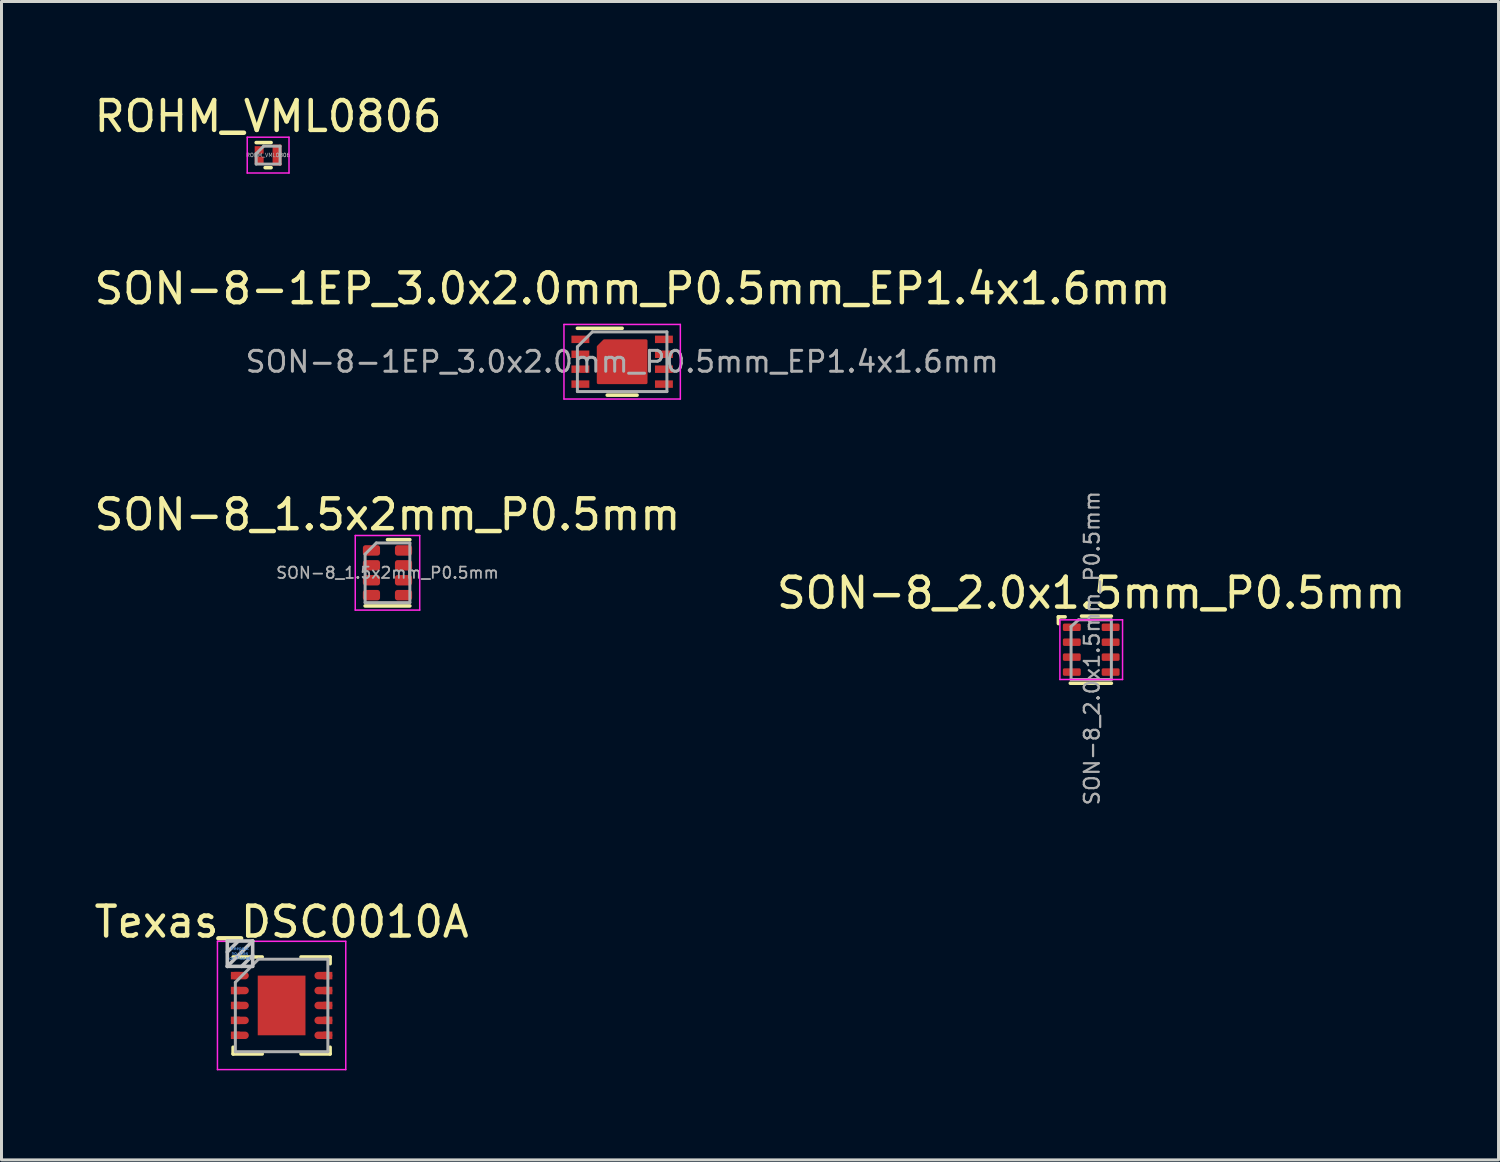
<source format=kicad_pcb>
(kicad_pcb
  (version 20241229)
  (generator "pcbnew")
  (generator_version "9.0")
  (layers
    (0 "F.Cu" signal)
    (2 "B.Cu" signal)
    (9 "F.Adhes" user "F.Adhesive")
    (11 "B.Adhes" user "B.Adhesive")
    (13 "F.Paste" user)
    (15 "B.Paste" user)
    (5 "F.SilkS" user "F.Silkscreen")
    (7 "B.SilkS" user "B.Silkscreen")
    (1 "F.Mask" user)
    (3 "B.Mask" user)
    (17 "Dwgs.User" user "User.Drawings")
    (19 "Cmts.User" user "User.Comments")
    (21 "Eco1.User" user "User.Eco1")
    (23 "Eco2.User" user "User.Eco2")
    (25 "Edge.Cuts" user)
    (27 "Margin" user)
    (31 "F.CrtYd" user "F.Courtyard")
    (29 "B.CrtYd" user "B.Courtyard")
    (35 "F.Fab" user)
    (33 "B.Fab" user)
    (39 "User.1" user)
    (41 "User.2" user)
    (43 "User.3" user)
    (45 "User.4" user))
  (footprint "Texas_DSC0010A"
    (layer "F.Cu")
    (at 6.387 30.644)
    (property "Reference" "Texas_DSC0010A" (at 0 -2.8 0) (layer "F.SilkS") (effects (font (size 1 1) (thickness 0.15))))
    (attr smd)
    (fp_line (start -1.625 -1.625) (end -0.65 -1.625) (stroke (width 0.12) (type solid)) (layer "F.SilkS"))
    (fp_line (start -1.625 1.625) (end -1.625 1.4) (stroke (width 0.12) (type solid)) (layer "F.SilkS"))
    (fp_line (start -1.625 1.625) (end -0.65 1.625) (stroke (width 0.12) (type solid)) (layer "F.SilkS"))
    (fp_line (start 0.65 -1.625) (end 1.625 -1.625) (stroke (width 0.12) (type solid)) (layer "F.SilkS"))
    (fp_line (start 0.65 1.625) (end 1.625 1.625) (stroke (width 0.12) (type solid)) (layer "F.SilkS"))
    (fp_line (start 1.625 -1.4) (end 1.625 -1.625) (stroke (width 0.12) (type solid)) (layer "F.SilkS"))
    (fp_line (start 1.625 1.4) (end 1.625 1.625) (stroke (width 0.12) (type solid)) (layer "F.SilkS"))
    (fp_line (start -1.82 -2.16) (end -1.82 -1.31) (stroke (width 0.12) (type solid)) (layer "Dwgs.User"))
    (fp_line (start -1.82 -1.79) (end -1.45 -2.16) (stroke (width 0.12) (type solid)) (layer "Dwgs.User"))
    (fp_line (start -1.82 -1.31) (end -0.97 -2.16) (stroke (width 0.12) (type solid)) (layer "Dwgs.User"))
    (fp_line (start -1.82 -1.31) (end -0.97 -1.31) (stroke (width 0.12) (type solid)) (layer "Dwgs.User"))
    (fp_line (start -1.34 -1.31) (end -0.97 -1.68) (stroke (width 0.12) (type solid)) (layer "Dwgs.User"))
    (fp_line (start -0.97 -2.16) (end -1.82 -2.16) (stroke (width 0.12) (type solid)) (layer "Dwgs.User"))
    (fp_line (start -0.97 -1.31) (end -0.97 -2.16) (stroke (width 0.12) (type solid)) (layer "Dwgs.User"))
    (fp_line (start -2.15 -2.15) (end -2.15 2.15) (stroke (width 0.05) (type solid)) (layer "F.CrtYd"))
    (fp_line (start -2.15 -2.15) (end 2.15 -2.15) (stroke (width 0.05) (type solid)) (layer "F.CrtYd"))
    (fp_line (start -2.15 2.15) (end 2.15 2.15) (stroke (width 0.05) (type solid)) (layer "F.CrtYd"))
    (fp_line (start 2.15 -2.15) (end 2.15 2.15) (stroke (width 0.05) (type solid)) (layer "F.CrtYd"))
    (fp_line (start -1.55 1.55) (end -1.55 -0.775) (stroke (width 0.1) (type solid)) (layer "F.Fab"))
    (fp_line (start -0.775 -1.55) (end -1.55 -0.775) (stroke (width 0.1) (type solid)) (layer "F.Fab"))
    (fp_line (start -0.775 -1.55) (end 1.55 -1.55) (stroke (width 0.1) (type solid)) (layer "F.Fab"))
    (fp_line (start 1.55 -1.55) (end 1.55 1.55) (stroke (width 0.1) (type solid)) (layer "F.Fab"))
    (fp_line (start 1.55 1.55) (end -1.55 1.55) (stroke (width 0.1) (type solid)) (layer "F.Fab"))
    (fp_text user "no Vias" (at -1.4 -1.745 0) (layer "Cmts.User") (effects (font (size 0.1 0.1) (thickness 0.015))))
    (fp_text user "or Traces" (at -1.4 -1.58 0) (layer "Cmts.User") (effects (font (size 0.1 0.1) (thickness 0.015))))
    (fp_text user "Keepout" (at -1.4 -1.91 0) (layer "Cmts.User") (effects (font (size 0.1 0.1) (thickness 0.015))))
    (pad "" smd rect (at -1.55 -1) (size 0.3 0.25) (layers "F.Cu" "F.Mask" "F.Paste"))
    (pad "" smd rect (at -1.55 -0.5) (size 0.3 0.25) (layers "F.Cu" "F.Mask" "F.Paste"))
    (pad "" smd rect (at -1.55 0) (size 0.3 0.25) (layers "F.Cu" "F.Mask" "F.Paste"))
    (pad "" smd rect (at -1.55 0.5) (size 0.3 0.25) (layers "F.Cu" "F.Mask" "F.Paste"))
    (pad "" smd rect (at -1.55 1) (size 0.3 0.25) (layers "F.Cu" "F.Mask" "F.Paste"))
    (pad "" smd rect (at 1.55 -1) (size 0.3 0.25) (layers "F.Cu" "F.Mask" "F.Paste"))
    (pad "" smd rect (at 1.55 -0.5) (size 0.3 0.25) (layers "F.Cu" "F.Mask" "F.Paste"))
    (pad "" smd rect (at 1.55 0) (size 0.3 0.25) (layers "F.Cu" "F.Mask" "F.Paste"))
    (pad "" smd rect (at 1.55 0.5) (size 0.3 0.25) (layers "F.Cu" "F.Mask" "F.Paste"))
    (pad "" smd rect (at 1.55 1) (size 0.3 0.25) (layers "F.Cu" "F.Mask" "F.Paste"))
    (pad "1" smd oval (at -1.4 -1) (size 0.6 0.25) (layers "F.Cu" "F.Mask" "F.Paste"))
    (pad "2" smd oval (at -1.4 -0.5) (size 0.6 0.25) (layers "F.Cu" "F.Mask" "F.Paste"))
    (pad "3" smd oval (at -1.4 0) (size 0.6 0.25) (layers "F.Cu" "F.Mask" "F.Paste"))
    (pad "4" smd oval (at -1.4 0.5) (size 0.6 0.25) (layers "F.Cu" "F.Mask" "F.Paste"))
    (pad "5" smd oval (at -1.4 1) (size 0.6 0.25) (layers "F.Cu" "F.Mask" "F.Paste"))
    (pad "6" smd oval (at 1.4 1) (size 0.6 0.25) (layers "F.Cu" "F.Mask" "F.Paste"))
    (pad "7" smd oval (at 1.4 0.5) (size 0.6 0.25) (layers "F.Cu" "F.Mask" "F.Paste"))
    (pad "8" smd oval (at 1.4 0) (size 0.6 0.25) (layers "F.Cu" "F.Mask" "F.Paste"))
    (pad "9" smd oval (at 1.4 -0.5) (size 0.6 0.25) (layers "F.Cu" "F.Mask" "F.Paste"))
    (pad "10" smd oval (at 1.4 -1) (size 0.6 0.25) (layers "F.Cu" "F.Mask" "F.Paste"))
    (pad "11" smd rect (at 0 0) (size 1.6 2) (layers "F.Cu" "F.Mask" "F.Paste")))
  (footprint "SON-8_1.5x2mm_P0.5mm"
    (layer "F.Cu")
    (at 9.935 16.145)
    (property "Reference" "SON-8_1.5x2mm_P0.5mm" (at 0 -1.95 0) (layer "F.SilkS") (effects (font (size 1 1) (thickness 0.15))))
    (attr smd)
    (fp_line (start -0.75 1.11) (end 0.75 1.11) (stroke (width 0.12) (type solid)) (layer "F.SilkS"))
    (fp_line (start 0 -1.11) (end 0.75 -1.11) (stroke (width 0.12) (type solid)) (layer "F.SilkS"))
    (fp_line (start -1.08 -1.25) (end -1.08 1.25) (stroke (width 0.05) (type solid)) (layer "F.CrtYd"))
    (fp_line (start -1.08 1.25) (end 1.08 1.25) (stroke (width 0.05) (type solid)) (layer "F.CrtYd"))
    (fp_line (start 1.08 -1.25) (end -1.08 -1.25) (stroke (width 0.05) (type solid)) (layer "F.CrtYd"))
    (fp_line (start 1.08 1.25) (end 1.08 -1.25) (stroke (width 0.05) (type solid)) (layer "F.CrtYd"))
    (fp_line (start -0.75 -0.625) (end -0.375 -1) (stroke (width 0.1) (type solid)) (layer "F.Fab"))
    (fp_line (start -0.75 1) (end -0.75 -0.625) (stroke (width 0.1) (type solid)) (layer "F.Fab"))
    (fp_line (start -0.375 -1) (end 0.75 -1) (stroke (width 0.1) (type solid)) (layer "F.Fab"))
    (fp_line (start 0.75 -1) (end 0.75 1) (stroke (width 0.1) (type solid)) (layer "F.Fab"))
    (fp_line (start 0.75 1) (end -0.75 1) (stroke (width 0.1) (type solid)) (layer "F.Fab"))
    (fp_text user "${REFERENCE}" (at 0 0 0) (layer "F.Fab") (effects (font (size 0.38 0.38) (thickness 0.06))))
    (pad "1" smd roundrect (at -0.537 -0.75) (size 0.575 0.35) (layers "F.Cu" "F.Mask" "F.Paste") (roundrect_rratio 0.25))
    (pad "2" smd roundrect (at -0.537 -0.25) (size 0.575 0.35) (layers "F.Cu" "F.Mask" "F.Paste") (roundrect_rratio 0.25))
    (pad "3" smd roundrect (at -0.537 0.25) (size 0.575 0.35) (layers "F.Cu" "F.Mask" "F.Paste") (roundrect_rratio 0.25))
    (pad "4" smd roundrect (at -0.537 0.75) (size 0.575 0.35) (layers "F.Cu" "F.Mask" "F.Paste") (roundrect_rratio 0.25))
    (pad "5" smd roundrect (at 0.537 0.75) (size 0.575 0.35) (layers "F.Cu" "F.Mask" "F.Paste") (roundrect_rratio 0.25))
    (pad "6" smd roundrect (at 0.537 0.25) (size 0.575 0.35) (layers "F.Cu" "F.Mask" "F.Paste") (roundrect_rratio 0.25))
    (pad "7" smd roundrect (at 0.537 -0.25) (size 0.575 0.35) (layers "F.Cu" "F.Mask" "F.Paste") (roundrect_rratio 0.25))
    (pad "8" smd roundrect (at 0.537 -0.75) (size 0.575 0.35) (layers "F.Cu" "F.Mask" "F.Paste") (roundrect_rratio 0.25)))
  (footprint "SON-8_2.0x1.5mm_P0.5mm"
    (layer "F.Cu")
    (at 33.518 18.721)
    (property "Reference" "SON-8_2.0x1.5mm_P0.5mm" (at 0 -1.9 0) (layer "F.SilkS") (effects (font (size 1 1) (thickness 0.15))))
    (attr smd)
    (fp_line (start -1.1 -1.1) (end -0.875 -1.1) (stroke (width 0.12) (type solid)) (layer "F.SilkS"))
    (fp_line (start -1.1 -0.875) (end -1.1 -1.1) (stroke (width 0.12) (type solid)) (layer "F.SilkS"))
    (fp_line (start -0.7 1.125) (end 0.675 1.125) (stroke (width 0.12) (type solid)) (layer "F.SilkS"))
    (fp_line (start 0.675 -1.125) (end -0.325 -1.125) (stroke (width 0.12) (type solid)) (layer "F.SilkS"))
    (fp_line (start -1.05 -1) (end 1.05 -1) (stroke (width 0.05) (type solid)) (layer "F.CrtYd"))
    (fp_line (start -1.05 1) (end -1.05 -1) (stroke (width 0.05) (type solid)) (layer "F.CrtYd"))
    (fp_line (start 1.05 -1) (end 1.05 1) (stroke (width 0.05) (type solid)) (layer "F.CrtYd"))
    (fp_line (start 1.05 1) (end -1.05 1) (stroke (width 0.05) (type solid)) (layer "F.CrtYd"))
    (fp_line (start -0.675 -0.775) (end -0.425 -1) (stroke (width 0.1) (type solid)) (layer "F.Fab"))
    (fp_line (start -0.675 1) (end -0.675 -0.775) (stroke (width 0.1) (type solid)) (layer "F.Fab"))
    (fp_line (start -0.425 -1) (end 0.675 -1) (stroke (width 0.1) (type solid)) (layer "F.Fab"))
    (fp_line (start 0.675 -1) (end 0.675 1) (stroke (width 0.1) (type solid)) (layer "F.Fab"))
    (fp_line (start 0.675 1) (end -0.675 1) (stroke (width 0.1) (type solid)) (layer "F.Fab"))
    (fp_text user "${REFERENCE}" (at 0.025 -0.05 90) (layer "F.Fab") (effects (font (size 0.5 0.5) (thickness 0.075))))
    (pad "1" smd roundrect (at -0.65 -0.75) (size 0.6 0.25) (layers "F.Cu" "F.Mask" "F.Paste") (roundrect_rratio 0.2))
    (pad "2" smd roundrect (at -0.65 -0.25) (size 0.6 0.25) (layers "F.Cu" "F.Mask" "F.Paste") (roundrect_rratio 0.2))
    (pad "3" smd roundrect (at -0.65 0.25) (size 0.6 0.25) (layers "F.Cu" "F.Mask" "F.Paste") (roundrect_rratio 0.2))
    (pad "4" smd roundrect (at -0.65 0.75) (size 0.6 0.25) (layers "F.Cu" "F.Mask" "F.Paste") (roundrect_rratio 0.2))
    (pad "5" smd roundrect (at 0.65 0.75) (size 0.6 0.25) (layers "F.Cu" "F.Mask" "F.Paste") (roundrect_rratio 0.2))
    (pad "6" smd roundrect (at 0.65 0.25) (size 0.6 0.25) (layers "F.Cu" "F.Mask" "F.Paste") (roundrect_rratio 0.2))
    (pad "7" smd roundrect (at 0.65 -0.25) (size 0.6 0.25) (layers "F.Cu" "F.Mask" "F.Paste") (roundrect_rratio 0.2))
    (pad "8" smd roundrect (at 0.65 -0.75) (size 0.6 0.25) (layers "F.Cu" "F.Mask" "F.Paste") (roundrect_rratio 0.2)))
  (footprint "ROHM_VML0806"
    (layer "F.Cu")
    (at 5.935 2.148)
    (property "Reference" "ROHM_VML0806" (at 0 -1.3 0) (layer "F.SilkS") (effects (font (size 1 1) (thickness 0.15))))
    (attr smd)
    (fp_line (start 0.1 -0.42) (end -0.4 -0.42) (stroke (width 0.12) (type solid)) (layer "F.SilkS"))
    (fp_line (start 0.1 0.42) (end -0.1 0.42) (stroke (width 0.12) (type solid)) (layer "F.SilkS"))
    (fp_line (start -0.7 -0.6) (end 0.7 -0.6) (stroke (width 0.05) (type solid)) (layer "F.CrtYd"))
    (fp_line (start -0.7 0.6) (end -0.7 -0.6) (stroke (width 0.05) (type solid)) (layer "F.CrtYd"))
    (fp_line (start 0.7 -0.6) (end 0.7 0.6) (stroke (width 0.05) (type solid)) (layer "F.CrtYd"))
    (fp_line (start 0.7 0.6) (end -0.7 0.6) (stroke (width 0.05) (type solid)) (layer "F.CrtYd"))
    (fp_line (start -0.4 0.3) (end -0.4 -0.05) (stroke (width 0.1) (type solid)) (layer "F.Fab"))
    (fp_line (start -0.15 -0.3) (end -0.4 -0.05) (stroke (width 0.1) (type solid)) (layer "F.Fab"))
    (fp_line (start -0.15 -0.3) (end 0.4 -0.3) (stroke (width 0.1) (type solid)) (layer "F.Fab"))
    (fp_line (start 0.4 -0.3) (end 0.4 0.3) (stroke (width 0.1) (type solid)) (layer "F.Fab"))
    (fp_line (start 0.4 0.3) (end -0.4 0.3) (stroke (width 0.1) (type solid)) (layer "F.Fab"))
    (fp_text user "${REFERENCE}" (at 0 0 0) (layer "F.Fab") (effects (font (size 0.127 0.127) (thickness 0.02))))
    (pad "1" smd rect (at -0.3 -0.175) (size 0.3 0.25) (layers "F.Cu" "F.Mask" "F.Paste"))
    (pad "2" smd rect (at -0.3 0.175) (size 0.3 0.25) (layers "F.Cu" "F.Mask" "F.Paste"))
    (pad "3" smd rect (at 0.3 0) (size 0.3 0.7) (layers "F.Cu" "F.Mask" "F.Paste")))
  (footprint "SON-8-1EP_3.0x2.0mm_P0.5mm_EP1.4x1.6mm"
    (layer "F.Cu")
    (at 17.799 9.072)
    (property "Reference" "SON-8-1EP_3.0x2.0mm_P0.5mm_EP1.4x1.6mm" (at 0.35 -2.45 0) (layer "F.SilkS") (effects (font (size 1 1) (thickness 0.15))))
    (attr smd)
    (fp_poly (pts (xy -0.8 -0.5) (xy -0.6 -0.7) (xy 0.8 -0.7) (xy 0.8 0.7) (xy -0.8 0.7)) (stroke (width 0.1) (type solid)) (fill yes) (layer "F.Cu"))
    (fp_poly (pts (xy -0.8 -0.5) (xy -0.6 -0.7) (xy 0.8 -0.7) (xy 0.8 0.7) (xy -0.8 0.7)) (stroke (width 0.1) (type solid)) (fill yes) (layer "F.Mask"))
    (fp_line (start -1.5 -1.12) (end 0 -1.12) (stroke (width 0.12) (type solid)) (layer "F.SilkS"))
    (fp_line (start 0.5 1.12) (end -0.5 1.12) (stroke (width 0.12) (type solid)) (layer "F.SilkS"))
    (fp_poly (pts (xy -0.8 -0.5) (xy -0.6 -0.7) (xy 0.8 -0.7) (xy 0.8 0.7) (xy -0.8 0.7)) (stroke (width 0.1) (type solid)) (fill yes) (layer "F.Paste"))
    (fp_line (start -1.95 -1.25) (end -1.95 1.25) (stroke (width 0.05) (type solid)) (layer "F.CrtYd"))
    (fp_line (start -1.95 -1.25) (end 1.95 -1.25) (stroke (width 0.05) (type solid)) (layer "F.CrtYd"))
    (fp_line (start -1.95 1.25) (end 1.95 1.25) (stroke (width 0.05) (type solid)) (layer "F.CrtYd"))
    (fp_line (start 1.95 -1.25) (end 1.95 1.25) (stroke (width 0.05) (type solid)) (layer "F.CrtYd"))
    (fp_line (start -1.5 1) (end -1.5 -0.5) (stroke (width 0.1) (type solid)) (layer "F.Fab"))
    (fp_line (start -1 -1) (end -1.5 -0.5) (stroke (width 0.1) (type solid)) (layer "F.Fab"))
    (fp_line (start -1 -1) (end 1.5 -1) (stroke (width 0.1) (type solid)) (layer "F.Fab"))
    (fp_line (start 1.5 -1) (end 1.5 1) (stroke (width 0.1) (type solid)) (layer "F.Fab"))
    (fp_line (start 1.5 1) (end -1.5 1) (stroke (width 0.1) (type solid)) (layer "F.Fab"))
    (fp_text user "${REFERENCE}" (at 0 0 0) (layer "F.Fab") (effects (font (size 0.7 0.7) (thickness 0.1))))
    (pad "1" smd rect (at -1.4 -0.75) (size 0.6 0.25) (layers "F.Cu" "F.Mask" "F.Paste"))
    (pad "2" smd rect (at -1.4 -0.25) (size 0.6 0.25) (layers "F.Cu" "F.Mask" "F.Paste"))
    (pad "3" smd rect (at -1.4 0.25) (size 0.6 0.25) (layers "F.Cu" "F.Mask" "F.Paste"))
    (pad "4" smd rect (at -1.4 0.75) (size 0.6 0.25) (layers "F.Cu" "F.Mask" "F.Paste"))
    (pad "5" smd rect (at 1.4 0.75) (size 0.6 0.25) (layers "F.Cu" "F.Mask" "F.Paste"))
    (pad "6" smd rect (at 1.4 0.25) (size 0.6 0.25) (layers "F.Cu" "F.Mask" "F.Paste"))
    (pad "7" smd rect (at 1.4 -0.25) (size 0.6 0.25) (layers "F.Cu" "F.Mask" "F.Paste"))
    (pad "8" smd rect (at 1.4 -0.75) (size 0.6 0.25) (layers "F.Cu" "F.Mask" "F.Paste"))
    (pad "9" smd rect (at 0 0) (size 0.6 0.25) (layers "F.Cu" "F.Mask")))
  (gr_rect
    (start -3 -3)
    (end 47.167 35.819)
    (stroke (width 0.1) (type default))
    (fill no)
    (layer "Edge.Cuts")))
</source>
